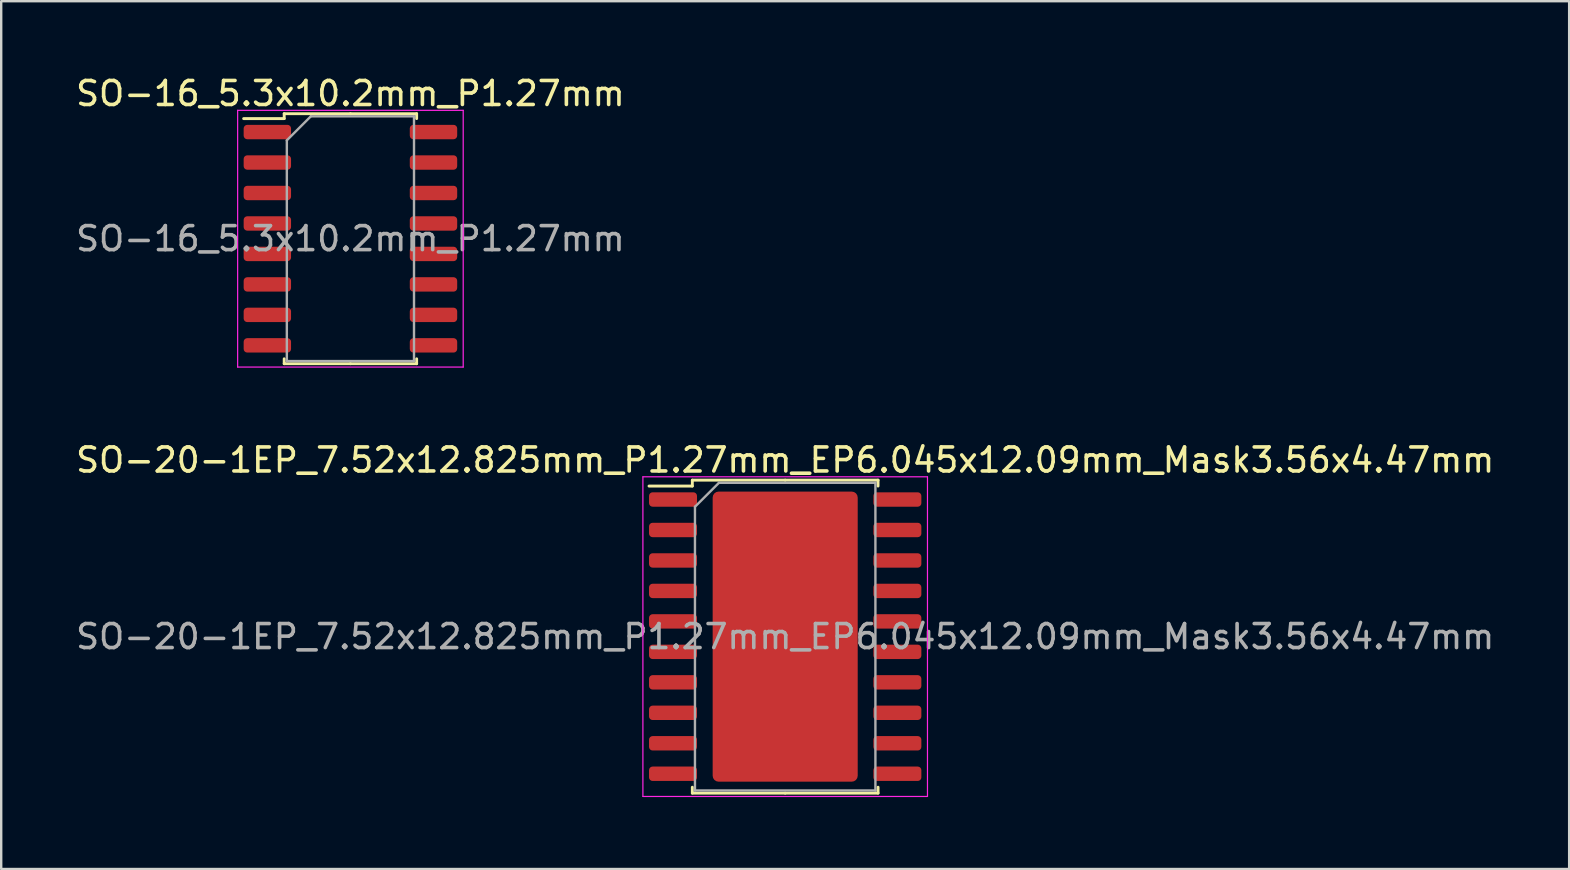
<source format=kicad_pcb>
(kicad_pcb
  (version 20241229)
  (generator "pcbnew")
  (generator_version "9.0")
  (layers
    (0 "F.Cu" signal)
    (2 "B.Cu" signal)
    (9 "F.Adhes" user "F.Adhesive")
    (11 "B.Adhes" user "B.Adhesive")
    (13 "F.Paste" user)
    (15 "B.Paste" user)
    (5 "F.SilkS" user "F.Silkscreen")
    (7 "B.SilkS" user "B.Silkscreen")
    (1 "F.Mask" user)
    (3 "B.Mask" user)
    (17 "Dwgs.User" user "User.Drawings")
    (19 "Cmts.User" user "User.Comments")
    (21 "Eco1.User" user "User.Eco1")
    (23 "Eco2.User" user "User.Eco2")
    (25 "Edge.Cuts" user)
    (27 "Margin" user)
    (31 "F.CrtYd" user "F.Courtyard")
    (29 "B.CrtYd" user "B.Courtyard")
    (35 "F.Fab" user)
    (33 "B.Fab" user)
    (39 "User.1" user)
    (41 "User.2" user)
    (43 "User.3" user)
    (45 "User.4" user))
  (footprint "SO-20-1EP_7.52x12.825mm_P1.27mm_EP6.045x12.09mm_Mask3.56x4.47mm"
    (layer "F.Cu")
    (at 29.673 23.482)
    (property "Reference" "SO-20-1EP_7.52x12.825mm_P1.27mm_EP6.045x12.09mm_Mask3.56x4.47mm" (at 0 -7.36 0) (layer "F.SilkS") (effects (font (size 1 1) (thickness 0.15))))
    (attr smd)
    (fp_line (start -3.87 -6.522) (end -3.87 -6.275) (stroke (width 0.12) (type solid)) (layer "F.SilkS"))
    (fp_line (start -3.87 -6.275) (end -5.675 -6.275) (stroke (width 0.12) (type solid)) (layer "F.SilkS"))
    (fp_line (start -3.87 6.522) (end -3.87 6.275) (stroke (width 0.12) (type solid)) (layer "F.SilkS"))
    (fp_line (start 0 -6.522) (end -3.87 -6.522) (stroke (width 0.12) (type solid)) (layer "F.SilkS"))
    (fp_line (start 0 -6.522) (end 3.87 -6.522) (stroke (width 0.12) (type solid)) (layer "F.SilkS"))
    (fp_line (start 0 6.522) (end -3.87 6.522) (stroke (width 0.12) (type solid)) (layer "F.SilkS"))
    (fp_line (start 0 6.522) (end 3.87 6.522) (stroke (width 0.12) (type solid)) (layer "F.SilkS"))
    (fp_line (start 3.87 -6.522) (end 3.87 -6.275) (stroke (width 0.12) (type solid)) (layer "F.SilkS"))
    (fp_line (start 3.87 6.522) (end 3.87 6.275) (stroke (width 0.12) (type solid)) (layer "F.SilkS"))
    (fp_line (start -5.93 -6.66) (end -5.93 6.66) (stroke (width 0.05) (type solid)) (layer "F.CrtYd"))
    (fp_line (start -5.93 6.66) (end 5.93 6.66) (stroke (width 0.05) (type solid)) (layer "F.CrtYd"))
    (fp_line (start 5.93 -6.66) (end -5.93 -6.66) (stroke (width 0.05) (type solid)) (layer "F.CrtYd"))
    (fp_line (start 5.93 6.66) (end 5.93 -6.66) (stroke (width 0.05) (type solid)) (layer "F.CrtYd"))
    (fp_line (start -3.76 -5.412) (end -2.76 -6.412) (stroke (width 0.1) (type solid)) (layer "F.Fab"))
    (fp_line (start -3.76 6.412) (end -3.76 -5.412) (stroke (width 0.1) (type solid)) (layer "F.Fab"))
    (fp_line (start -2.76 -6.412) (end 3.76 -6.412) (stroke (width 0.1) (type solid)) (layer "F.Fab"))
    (fp_line (start 3.76 -6.412) (end 3.76 6.412) (stroke (width 0.1) (type solid)) (layer "F.Fab"))
    (fp_line (start 3.76 6.412) (end -3.76 6.412) (stroke (width 0.1) (type solid)) (layer "F.Fab"))
    (fp_text user "${REFERENCE}" (at 0 0 0) (layer "F.Fab") (effects (font (size 1 1) (thickness 0.15))))
    (pad "" smd roundrect (at 0 0) (size 2.87 3.6) (layers "F.Paste") (roundrect_rratio 0.087))
    (pad "" smd roundrect (at 0 0) (size 3.56 4.47) (layers "F.Mask") (roundrect_rratio 0.07))
    (pad "1" smd roundrect (at -4.675 -5.715) (size 2 0.6) (layers "F.Cu" "F.Mask" "F.Paste") (roundrect_rratio 0.25))
    (pad "2" smd roundrect (at -4.675 -4.445) (size 2 0.6) (layers "F.Cu" "F.Mask" "F.Paste") (roundrect_rratio 0.25))
    (pad "3" smd roundrect (at -4.675 -3.175) (size 2 0.6) (layers "F.Cu" "F.Mask" "F.Paste") (roundrect_rratio 0.25))
    (pad "4" smd roundrect (at -4.675 -1.905) (size 2 0.6) (layers "F.Cu" "F.Mask" "F.Paste") (roundrect_rratio 0.25))
    (pad "5" smd roundrect (at -4.675 -0.635) (size 2 0.6) (layers "F.Cu" "F.Mask" "F.Paste") (roundrect_rratio 0.25))
    (pad "6" smd roundrect (at -4.675 0.635) (size 2 0.6) (layers "F.Cu" "F.Mask" "F.Paste") (roundrect_rratio 0.25))
    (pad "7" smd roundrect (at -4.675 1.905) (size 2 0.6) (layers "F.Cu" "F.Mask" "F.Paste") (roundrect_rratio 0.25))
    (pad "8" smd roundrect (at -4.675 3.175) (size 2 0.6) (layers "F.Cu" "F.Mask" "F.Paste") (roundrect_rratio 0.25))
    (pad "9" smd roundrect (at -4.675 4.445) (size 2 0.6) (layers "F.Cu" "F.Mask" "F.Paste") (roundrect_rratio 0.25))
    (pad "10" smd roundrect (at -4.675 5.715) (size 2 0.6) (layers "F.Cu" "F.Mask" "F.Paste") (roundrect_rratio 0.25))
    (pad "11" smd roundrect (at 4.675 5.715) (size 2 0.6) (layers "F.Cu" "F.Mask" "F.Paste") (roundrect_rratio 0.25))
    (pad "12" smd roundrect (at 4.675 4.445) (size 2 0.6) (layers "F.Cu" "F.Mask" "F.Paste") (roundrect_rratio 0.25))
    (pad "13" smd roundrect (at 4.675 3.175) (size 2 0.6) (layers "F.Cu" "F.Mask" "F.Paste") (roundrect_rratio 0.25))
    (pad "14" smd roundrect (at 4.675 1.905) (size 2 0.6) (layers "F.Cu" "F.Mask" "F.Paste") (roundrect_rratio 0.25))
    (pad "15" smd roundrect (at 4.675 0.635) (size 2 0.6) (layers "F.Cu" "F.Mask" "F.Paste") (roundrect_rratio 0.25))
    (pad "16" smd roundrect (at 4.675 -0.635) (size 2 0.6) (layers "F.Cu" "F.Mask" "F.Paste") (roundrect_rratio 0.25))
    (pad "17" smd roundrect (at 4.675 -1.905) (size 2 0.6) (layers "F.Cu" "F.Mask" "F.Paste") (roundrect_rratio 0.25))
    (pad "18" smd roundrect (at 4.675 -3.175) (size 2 0.6) (layers "F.Cu" "F.Mask" "F.Paste") (roundrect_rratio 0.25))
    (pad "19" smd roundrect (at 4.675 -4.445) (size 2 0.6) (layers "F.Cu" "F.Mask" "F.Paste") (roundrect_rratio 0.25))
    (pad "20" smd roundrect (at 4.675 -5.715) (size 2 0.6) (layers "F.Cu" "F.Mask" "F.Paste") (roundrect_rratio 0.25))
    (pad "21" smd roundrect (at 0 0) (size 6.045 12.09) (layers "F.Cu") (roundrect_rratio 0.041)))
  (footprint "SO-16_5.3x10.2mm_P1.27mm"
    (layer "F.Cu")
    (at 11.554 6.898)
    (property "Reference" "SO-16_5.3x10.2mm_P1.27mm" (at 0 -6.05 0) (layer "F.SilkS") (effects (font (size 1 1) (thickness 0.15))))
    (attr smd)
    (fp_line (start -2.76 -5.21) (end -2.76 -5.005) (stroke (width 0.12) (type solid)) (layer "F.SilkS"))
    (fp_line (start -2.76 -5.005) (end -4.45 -5.005) (stroke (width 0.12) (type solid)) (layer "F.SilkS"))
    (fp_line (start -2.76 5.21) (end -2.76 5.005) (stroke (width 0.12) (type solid)) (layer "F.SilkS"))
    (fp_line (start 0 -5.21) (end -2.76 -5.21) (stroke (width 0.12) (type solid)) (layer "F.SilkS"))
    (fp_line (start 0 -5.21) (end 2.76 -5.21) (stroke (width 0.12) (type solid)) (layer "F.SilkS"))
    (fp_line (start 0 5.21) (end -2.76 5.21) (stroke (width 0.12) (type solid)) (layer "F.SilkS"))
    (fp_line (start 0 5.21) (end 2.76 5.21) (stroke (width 0.12) (type solid)) (layer "F.SilkS"))
    (fp_line (start 2.76 -5.21) (end 2.76 -5.005) (stroke (width 0.12) (type solid)) (layer "F.SilkS"))
    (fp_line (start 2.76 5.21) (end 2.76 5.005) (stroke (width 0.12) (type solid)) (layer "F.SilkS"))
    (fp_line (start -4.7 -5.35) (end -4.7 5.35) (stroke (width 0.05) (type solid)) (layer "F.CrtYd"))
    (fp_line (start -4.7 5.35) (end 4.7 5.35) (stroke (width 0.05) (type solid)) (layer "F.CrtYd"))
    (fp_line (start 4.7 -5.35) (end -4.7 -5.35) (stroke (width 0.05) (type solid)) (layer "F.CrtYd"))
    (fp_line (start 4.7 5.35) (end 4.7 -5.35) (stroke (width 0.05) (type solid)) (layer "F.CrtYd"))
    (fp_line (start -2.65 -4.1) (end -1.65 -5.1) (stroke (width 0.1) (type solid)) (layer "F.Fab"))
    (fp_line (start -2.65 5.1) (end -2.65 -4.1) (stroke (width 0.1) (type solid)) (layer "F.Fab"))
    (fp_line (start -1.65 -5.1) (end 2.65 -5.1) (stroke (width 0.1) (type solid)) (layer "F.Fab"))
    (fp_line (start 2.65 -5.1) (end 2.65 5.1) (stroke (width 0.1) (type solid)) (layer "F.Fab"))
    (fp_line (start 2.65 5.1) (end -2.65 5.1) (stroke (width 0.1) (type solid)) (layer "F.Fab"))
    (fp_text user "${REFERENCE}" (at 0 0 0) (layer "F.Fab") (effects (font (size 1 1) (thickness 0.15))))
    (pad "1" smd roundrect (at -3.462 -4.445) (size 1.975 0.6) (layers "F.Cu" "F.Mask" "F.Paste") (roundrect_rratio 0.25))
    (pad "2" smd roundrect (at -3.462 -3.175) (size 1.975 0.6) (layers "F.Cu" "F.Mask" "F.Paste") (roundrect_rratio 0.25))
    (pad "3" smd roundrect (at -3.462 -1.905) (size 1.975 0.6) (layers "F.Cu" "F.Mask" "F.Paste") (roundrect_rratio 0.25))
    (pad "4" smd roundrect (at -3.462 -0.635) (size 1.975 0.6) (layers "F.Cu" "F.Mask" "F.Paste") (roundrect_rratio 0.25))
    (pad "5" smd roundrect (at -3.462 0.635) (size 1.975 0.6) (layers "F.Cu" "F.Mask" "F.Paste") (roundrect_rratio 0.25))
    (pad "6" smd roundrect (at -3.462 1.905) (size 1.975 0.6) (layers "F.Cu" "F.Mask" "F.Paste") (roundrect_rratio 0.25))
    (pad "7" smd roundrect (at -3.462 3.175) (size 1.975 0.6) (layers "F.Cu" "F.Mask" "F.Paste") (roundrect_rratio 0.25))
    (pad "8" smd roundrect (at -3.462 4.445) (size 1.975 0.6) (layers "F.Cu" "F.Mask" "F.Paste") (roundrect_rratio 0.25))
    (pad "9" smd roundrect (at 3.462 4.445) (size 1.975 0.6) (layers "F.Cu" "F.Mask" "F.Paste") (roundrect_rratio 0.25))
    (pad "10" smd roundrect (at 3.462 3.175) (size 1.975 0.6) (layers "F.Cu" "F.Mask" "F.Paste") (roundrect_rratio 0.25))
    (pad "11" smd roundrect (at 3.462 1.905) (size 1.975 0.6) (layers "F.Cu" "F.Mask" "F.Paste") (roundrect_rratio 0.25))
    (pad "12" smd roundrect (at 3.462 0.635) (size 1.975 0.6) (layers "F.Cu" "F.Mask" "F.Paste") (roundrect_rratio 0.25))
    (pad "13" smd roundrect (at 3.462 -0.635) (size 1.975 0.6) (layers "F.Cu" "F.Mask" "F.Paste") (roundrect_rratio 0.25))
    (pad "14" smd roundrect (at 3.462 -1.905) (size 1.975 0.6) (layers "F.Cu" "F.Mask" "F.Paste") (roundrect_rratio 0.25))
    (pad "15" smd roundrect (at 3.462 -3.175) (size 1.975 0.6) (layers "F.Cu" "F.Mask" "F.Paste") (roundrect_rratio 0.25))
    (pad "16" smd roundrect (at 3.462 -4.445) (size 1.975 0.6) (layers "F.Cu" "F.Mask" "F.Paste") (roundrect_rratio 0.25)))
  (gr_rect
    (start -3 -3)
    (end 62.345 33.166)
    (stroke (width 0.1) (type default))
    (fill no)
    (layer "Edge.Cuts")))
</source>
